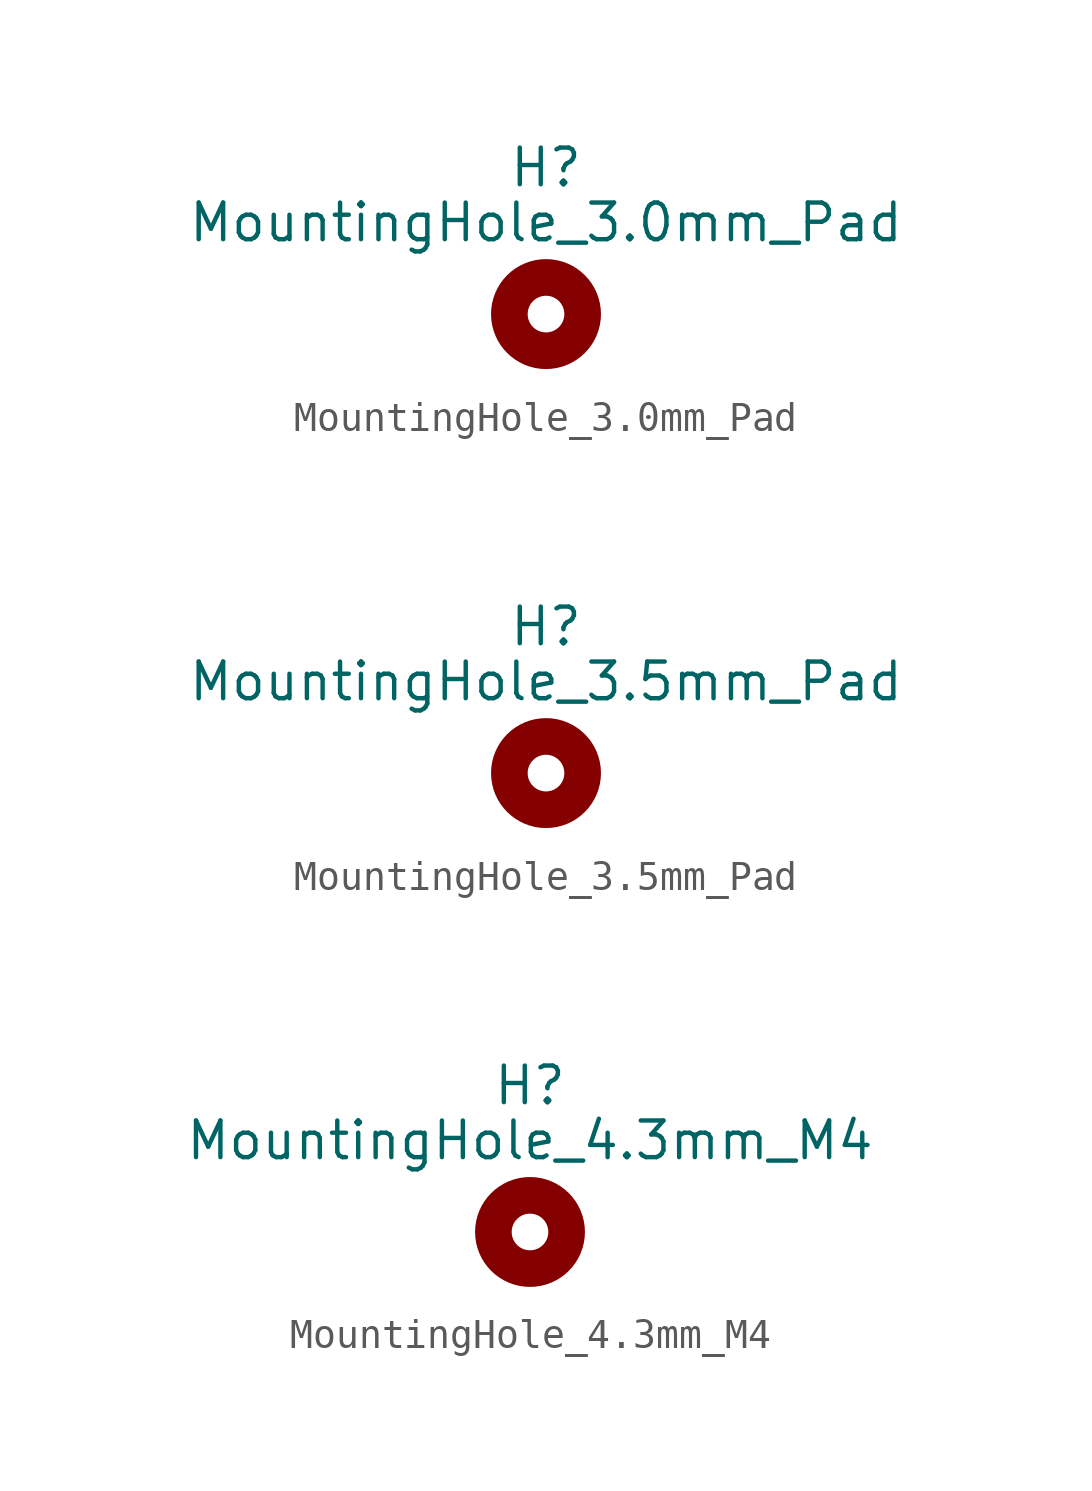
<source format=kicad_sym>
(kicad_symbol_lib
  (version 20231120)
  (generator "kicad_symbol_editor")
  (generator_version "8.0")
  (symbol "MountingHole_3.0mm_Pad"
    (pin_names
      (offset 1.016))
    (property "Reference" "H"
      (at 0 5.08 0)
      (effects (font (size 1.27 1.27))))
    (property "Value" "MountingHole_3.0mm_Pad"
      (at 0 3.175 0)
      (effects (font (size 1.27 1.27))))
    (symbol "MountingHole_3.0mm_Pad_0_1"
      (circle (center 0 0) (radius 1.27) (stroke (width 1.27) (type default)) (fill (type none)))))
  (symbol "MountingHole_3.5mm_Pad"
    (pin_names
      (offset 1.016))
    (property "Reference" "H"
      (at 0 5.08 0)
      (effects (font (size 1.27 1.27))))
    (property "Value" "MountingHole_3.5mm_Pad"
      (at 0 3.175 0)
      (effects (font (size 1.27 1.27))))
    (symbol "MountingHole_3.5mm_Pad_0_1"
      (circle (center 0 0) (radius 1.27) (stroke (width 1.27) (type default)) (fill (type none)))))
  (symbol "MountingHole_4.3mm_M4"
    (pin_names
      (offset 1.016))
    (property "Reference" "H"
      (at 0 5.08 0)
      (effects (font (size 1.27 1.27))))
    (property "Value" "MountingHole_4.3mm_M4"
      (at 0 3.175 0)
      (effects (font (size 1.27 1.27))))
    (symbol "MountingHole_4.3mm_M4_0_1"
      (circle (center 0 0) (radius 1.27) (stroke (width 1.27) (type default)) (fill (type none))))))
</source>
